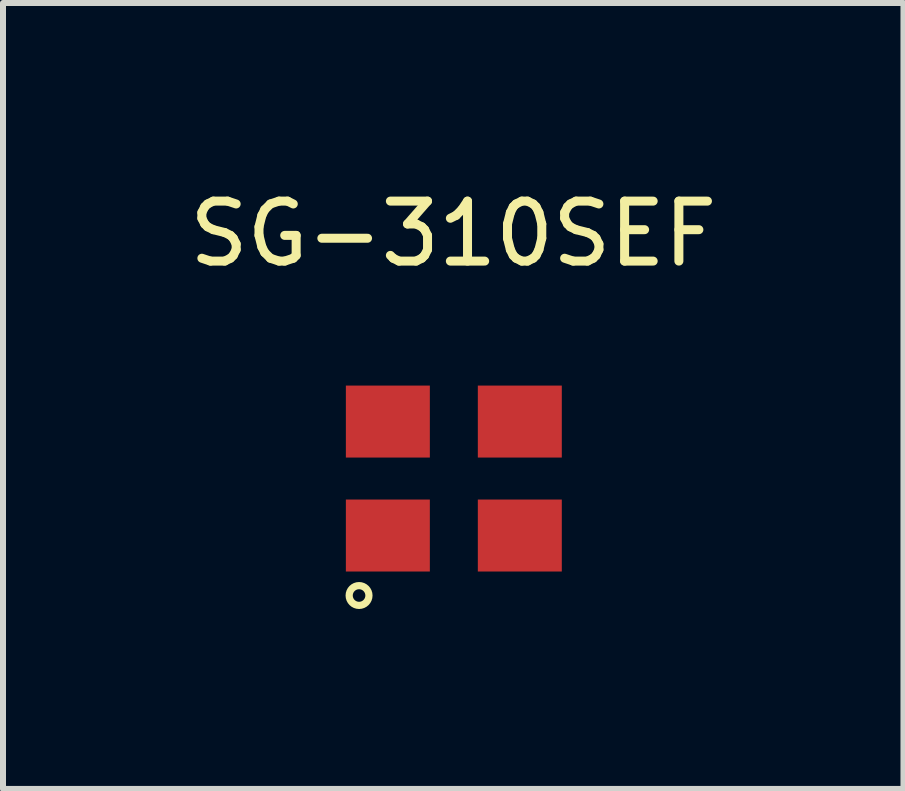
<source format=kicad_pcb>
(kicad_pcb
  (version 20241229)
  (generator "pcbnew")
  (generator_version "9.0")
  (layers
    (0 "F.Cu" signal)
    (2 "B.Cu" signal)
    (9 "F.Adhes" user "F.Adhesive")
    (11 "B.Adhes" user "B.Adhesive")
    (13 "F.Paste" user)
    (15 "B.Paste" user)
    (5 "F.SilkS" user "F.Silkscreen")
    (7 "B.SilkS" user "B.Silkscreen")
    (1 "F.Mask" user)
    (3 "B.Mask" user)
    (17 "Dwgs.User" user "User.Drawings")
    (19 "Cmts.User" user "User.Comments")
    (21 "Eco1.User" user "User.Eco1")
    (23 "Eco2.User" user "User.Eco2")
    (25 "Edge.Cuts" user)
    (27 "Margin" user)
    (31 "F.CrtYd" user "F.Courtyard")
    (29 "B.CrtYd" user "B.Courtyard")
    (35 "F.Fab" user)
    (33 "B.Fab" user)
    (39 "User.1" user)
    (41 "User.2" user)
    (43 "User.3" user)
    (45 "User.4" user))
  (footprint "SG-310SEF"
    (layer "F.Cu")
    (at 4.516 4.928)
    (property "Reference" "SG-310SEF" (at -0.01 -4.08 0) (layer "F.SilkS") (effects (font (size 1 1) (thickness 0.15))))
    (attr through_hole)
    (fp_circle (center -1.58 1.95) (end -1.42 1.91) (stroke (width 0.12) (type solid)) (fill no) (layer "F.SilkS"))
    (pad "1" smd rect (at -1.1 0.95) (size 1.4 1.2) (layers "F.Cu" "F.Mask" "F.Paste"))
    (pad "2" smd rect (at 1.1 0.95) (size 1.4 1.2) (layers "F.Cu" "F.Mask" "F.Paste"))
    (pad "3" smd rect (at 1.1 -0.95) (size 1.4 1.2) (layers "F.Cu" "F.Mask" "F.Paste"))
    (pad "4" smd rect (at -1.1 -0.95) (size 1.4 1.2) (layers "F.Cu" "F.Mask" "F.Paste")))
  (gr_rect
    (start -3 -3)
    (end 12.012 10.103)
    (stroke (width 0.1) (type default))
    (fill no)
    (layer "Edge.Cuts")))
</source>
